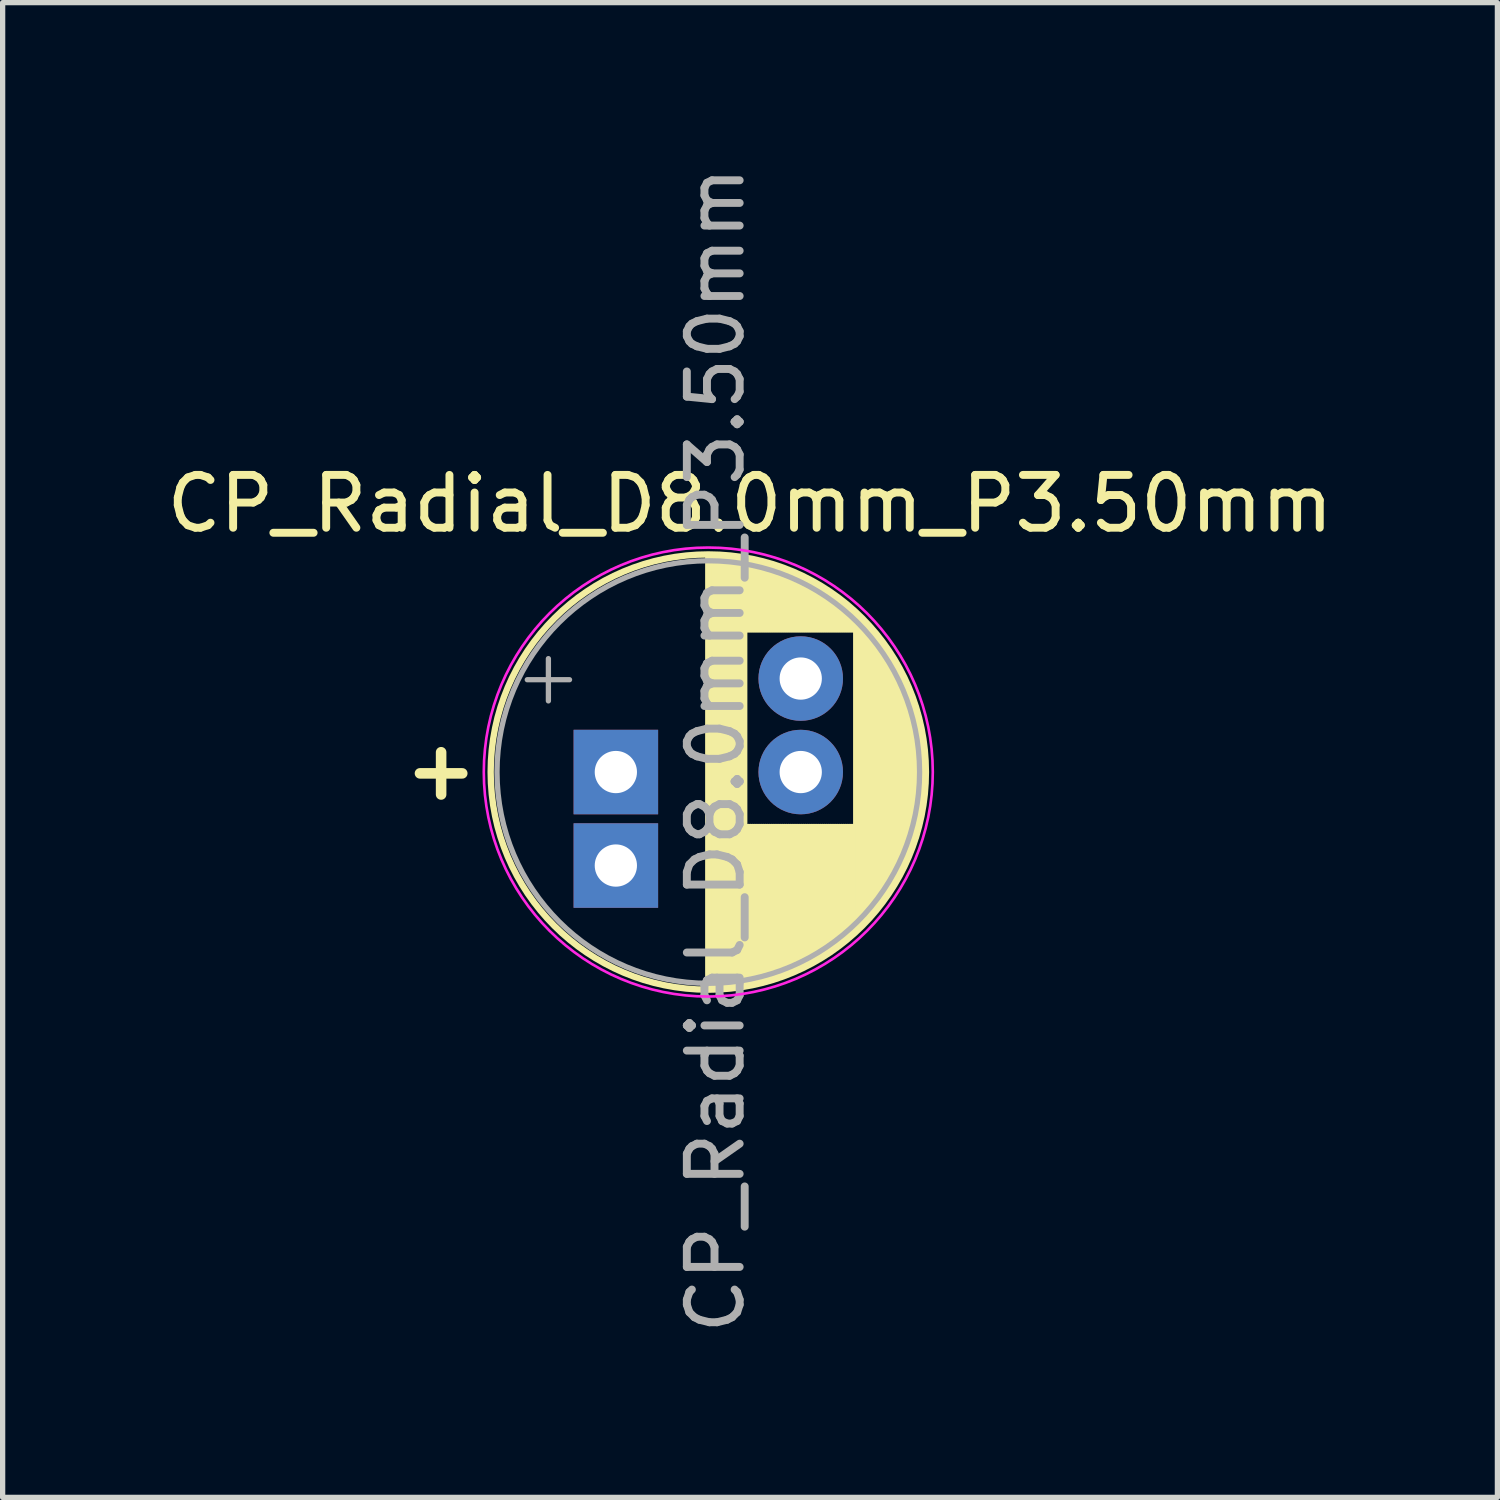
<source format=kicad_pcb>
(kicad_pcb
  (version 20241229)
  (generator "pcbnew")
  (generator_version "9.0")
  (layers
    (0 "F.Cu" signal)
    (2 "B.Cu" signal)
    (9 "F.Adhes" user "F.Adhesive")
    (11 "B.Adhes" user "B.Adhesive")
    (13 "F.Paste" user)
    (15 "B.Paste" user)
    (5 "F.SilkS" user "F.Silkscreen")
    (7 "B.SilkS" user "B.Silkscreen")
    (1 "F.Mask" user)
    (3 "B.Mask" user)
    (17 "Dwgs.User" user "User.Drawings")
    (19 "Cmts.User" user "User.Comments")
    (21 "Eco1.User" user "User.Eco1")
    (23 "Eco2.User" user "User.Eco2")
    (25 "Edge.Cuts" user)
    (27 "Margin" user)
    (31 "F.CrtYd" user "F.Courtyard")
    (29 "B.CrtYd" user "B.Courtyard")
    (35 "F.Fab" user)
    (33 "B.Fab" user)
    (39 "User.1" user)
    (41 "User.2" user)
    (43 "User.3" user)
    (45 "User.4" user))
  (footprint "CP_Radial_D8.0mm_P3.50mm"
    (layer "F.Cu")
    (at 8.609 11.566)
    (property "Reference" "CP_Radial_D8.0mm_P3.50mm" (at 2.54 -5.08 180) (layer "F.SilkS") (effects (font (size 1 1) (thickness 0.15))))
    (property "Value" "${VALUE}" (at 0 -5.08 90) (layer "F.Fab") (hide yes) (effects (font (size 1 1) (thickness 0.15))))
    (attr through_hole)
    (fp_line (start -3.708 0.025) (end -2.908 0.025) (stroke (width 0.2) (type solid)) (layer "F.SilkS"))
    (fp_line (start -3.308 -0.375) (end -3.308 0.425) (stroke (width 0.2) (type solid)) (layer "F.SilkS"))
    (fp_line (start 1.75 -4.08) (end 1.75 4.08) (stroke (width 0.12) (type solid)) (layer "F.SilkS"))
    (fp_line (start 1.79 -4.08) (end 1.79 4.08) (stroke (width 0.12) (type solid)) (layer "F.SilkS"))
    (fp_line (start 1.83 -4.08) (end 1.83 4.08) (stroke (width 0.12) (type solid)) (layer "F.SilkS"))
    (fp_line (start 1.87 -4.079) (end 1.87 4.079) (stroke (width 0.12) (type solid)) (layer "F.SilkS"))
    (fp_line (start 1.91 -4.077) (end 1.91 4.077) (stroke (width 0.12) (type solid)) (layer "F.SilkS"))
    (fp_line (start 1.95 -4.076) (end 1.95 4.076) (stroke (width 0.12) (type solid)) (layer "F.SilkS"))
    (fp_line (start 1.99 -4.074) (end 1.99 4.074) (stroke (width 0.12) (type solid)) (layer "F.SilkS"))
    (fp_line (start 2.03 -4.071) (end 2.03 4.071) (stroke (width 0.12) (type solid)) (layer "F.SilkS"))
    (fp_line (start 2.07 -4.068) (end 2.07 4.068) (stroke (width 0.12) (type solid)) (layer "F.SilkS"))
    (fp_line (start 2.11 -4.065) (end 2.11 4.065) (stroke (width 0.12) (type solid)) (layer "F.SilkS"))
    (fp_line (start 2.15 -4.061) (end 2.15 4.061) (stroke (width 0.12) (type solid)) (layer "F.SilkS"))
    (fp_line (start 2.19 -4.057) (end 2.19 4.057) (stroke (width 0.12) (type solid)) (layer "F.SilkS"))
    (fp_line (start 2.23 -4.052) (end 2.23 4.052) (stroke (width 0.12) (type solid)) (layer "F.SilkS"))
    (fp_line (start 2.27 -4.048) (end 2.27 4.048) (stroke (width 0.12) (type solid)) (layer "F.SilkS"))
    (fp_line (start 2.31 -4.042) (end 2.31 4.042) (stroke (width 0.12) (type solid)) (layer "F.SilkS"))
    (fp_line (start 2.35 -4.037) (end 2.35 4.037) (stroke (width 0.12) (type solid)) (layer "F.SilkS"))
    (fp_line (start 2.39 -4.03) (end 2.39 4.03) (stroke (width 0.12) (type solid)) (layer "F.SilkS"))
    (fp_line (start 2.43 -4.024) (end 2.43 4.024) (stroke (width 0.12) (type solid)) (layer "F.SilkS"))
    (fp_line (start 2.471 -4.017) (end 2.471 -2.7) (stroke (width 0.12) (type solid)) (layer "F.SilkS"))
    (fp_line (start 2.471 1.04) (end 2.471 4.017) (stroke (width 0.12) (type solid)) (layer "F.SilkS"))
    (fp_line (start 2.511 -4.01) (end 2.511 -2.7) (stroke (width 0.12) (type solid)) (layer "F.SilkS"))
    (fp_line (start 2.511 1.04) (end 2.511 4.01) (stroke (width 0.12) (type solid)) (layer "F.SilkS"))
    (fp_line (start 2.551 -4.002) (end 2.551 -2.7) (stroke (width 0.12) (type solid)) (layer "F.SilkS"))
    (fp_line (start 2.551 1.04) (end 2.551 4.002) (stroke (width 0.12) (type solid)) (layer "F.SilkS"))
    (fp_line (start 2.591 -3.994) (end 2.591 -2.7) (stroke (width 0.12) (type solid)) (layer "F.SilkS"))
    (fp_line (start 2.591 1.04) (end 2.591 3.994) (stroke (width 0.12) (type solid)) (layer "F.SilkS"))
    (fp_line (start 2.631 -3.985) (end 2.631 -2.7) (stroke (width 0.12) (type solid)) (layer "F.SilkS"))
    (fp_line (start 2.631 1.04) (end 2.631 3.985) (stroke (width 0.12) (type solid)) (layer "F.SilkS"))
    (fp_line (start 2.671 -3.976) (end 2.671 -2.7) (stroke (width 0.12) (type solid)) (layer "F.SilkS"))
    (fp_line (start 2.671 1.04) (end 2.671 3.976) (stroke (width 0.12) (type solid)) (layer "F.SilkS"))
    (fp_line (start 2.711 -3.967) (end 2.711 -2.7) (stroke (width 0.12) (type solid)) (layer "F.SilkS"))
    (fp_line (start 2.711 1.04) (end 2.711 3.967) (stroke (width 0.12) (type solid)) (layer "F.SilkS"))
    (fp_line (start 2.751 -3.957) (end 2.751 -2.7) (stroke (width 0.12) (type solid)) (layer "F.SilkS"))
    (fp_line (start 2.751 1.04) (end 2.751 3.957) (stroke (width 0.12) (type solid)) (layer "F.SilkS"))
    (fp_line (start 2.791 -3.947) (end 2.791 -2.7) (stroke (width 0.12) (type solid)) (layer "F.SilkS"))
    (fp_line (start 2.791 1.04) (end 2.791 3.947) (stroke (width 0.12) (type solid)) (layer "F.SilkS"))
    (fp_line (start 2.831 -3.936) (end 2.831 -2.7) (stroke (width 0.12) (type solid)) (layer "F.SilkS"))
    (fp_line (start 2.831 1.04) (end 2.831 3.936) (stroke (width 0.12) (type solid)) (layer "F.SilkS"))
    (fp_line (start 2.871 -3.925) (end 2.871 -2.7) (stroke (width 0.12) (type solid)) (layer "F.SilkS"))
    (fp_line (start 2.871 1.04) (end 2.871 3.925) (stroke (width 0.12) (type solid)) (layer "F.SilkS"))
    (fp_line (start 2.911 -3.914) (end 2.911 -2.7) (stroke (width 0.12) (type solid)) (layer "F.SilkS"))
    (fp_line (start 2.911 1.04) (end 2.911 3.914) (stroke (width 0.12) (type solid)) (layer "F.SilkS"))
    (fp_line (start 2.951 -3.902) (end 2.951 -2.7) (stroke (width 0.12) (type solid)) (layer "F.SilkS"))
    (fp_line (start 2.951 1.04) (end 2.951 3.902) (stroke (width 0.12) (type solid)) (layer "F.SilkS"))
    (fp_line (start 2.991 -3.889) (end 2.991 -2.7) (stroke (width 0.12) (type solid)) (layer "F.SilkS"))
    (fp_line (start 2.991 1.04) (end 2.991 3.889) (stroke (width 0.12) (type solid)) (layer "F.SilkS"))
    (fp_line (start 3.031 -3.877) (end 3.031 -2.7) (stroke (width 0.12) (type solid)) (layer "F.SilkS"))
    (fp_line (start 3.031 1.04) (end 3.031 3.877) (stroke (width 0.12) (type solid)) (layer "F.SilkS"))
    (fp_line (start 3.071 -3.863) (end 3.071 -2.7) (stroke (width 0.12) (type solid)) (layer "F.SilkS"))
    (fp_line (start 3.071 1.04) (end 3.071 3.863) (stroke (width 0.12) (type solid)) (layer "F.SilkS"))
    (fp_line (start 3.111 -3.85) (end 3.111 -2.7) (stroke (width 0.12) (type solid)) (layer "F.SilkS"))
    (fp_line (start 3.111 1.04) (end 3.111 3.85) (stroke (width 0.12) (type solid)) (layer "F.SilkS"))
    (fp_line (start 3.151 -3.835) (end 3.151 -2.7) (stroke (width 0.12) (type solid)) (layer "F.SilkS"))
    (fp_line (start 3.151 1.04) (end 3.151 3.835) (stroke (width 0.12) (type solid)) (layer "F.SilkS"))
    (fp_line (start 3.191 -3.821) (end 3.191 -2.7) (stroke (width 0.12) (type solid)) (layer "F.SilkS"))
    (fp_line (start 3.191 1.04) (end 3.191 3.821) (stroke (width 0.12) (type solid)) (layer "F.SilkS"))
    (fp_line (start 3.231 -3.805) (end 3.231 -2.7) (stroke (width 0.12) (type solid)) (layer "F.SilkS"))
    (fp_line (start 3.231 1.04) (end 3.231 3.805) (stroke (width 0.12) (type solid)) (layer "F.SilkS"))
    (fp_line (start 3.271 -3.79) (end 3.271 -2.7) (stroke (width 0.12) (type solid)) (layer "F.SilkS"))
    (fp_line (start 3.271 1.04) (end 3.271 3.79) (stroke (width 0.12) (type solid)) (layer "F.SilkS"))
    (fp_line (start 3.311 -3.774) (end 3.311 -2.7) (stroke (width 0.12) (type solid)) (layer "F.SilkS"))
    (fp_line (start 3.311 1.04) (end 3.311 3.774) (stroke (width 0.12) (type solid)) (layer "F.SilkS"))
    (fp_line (start 3.351 -3.757) (end 3.351 -2.7) (stroke (width 0.12) (type solid)) (layer "F.SilkS"))
    (fp_line (start 3.351 1.04) (end 3.351 3.757) (stroke (width 0.12) (type solid)) (layer "F.SilkS"))
    (fp_line (start 3.391 -3.74) (end 3.391 -2.7) (stroke (width 0.12) (type solid)) (layer "F.SilkS"))
    (fp_line (start 3.391 1.04) (end 3.391 3.74) (stroke (width 0.12) (type solid)) (layer "F.SilkS"))
    (fp_line (start 3.431 -3.722) (end 3.431 -2.7) (stroke (width 0.12) (type solid)) (layer "F.SilkS"))
    (fp_line (start 3.431 1.04) (end 3.431 3.722) (stroke (width 0.12) (type solid)) (layer "F.SilkS"))
    (fp_line (start 3.471 -3.704) (end 3.471 -2.7) (stroke (width 0.12) (type solid)) (layer "F.SilkS"))
    (fp_line (start 3.471 1.04) (end 3.471 3.704) (stroke (width 0.12) (type solid)) (layer "F.SilkS"))
    (fp_line (start 3.511 -3.686) (end 3.511 -2.7) (stroke (width 0.12) (type solid)) (layer "F.SilkS"))
    (fp_line (start 3.511 1.04) (end 3.511 3.686) (stroke (width 0.12) (type solid)) (layer "F.SilkS"))
    (fp_line (start 3.551 -3.666) (end 3.551 -2.7) (stroke (width 0.12) (type solid)) (layer "F.SilkS"))
    (fp_line (start 3.551 1.04) (end 3.551 3.666) (stroke (width 0.12) (type solid)) (layer "F.SilkS"))
    (fp_line (start 3.591 -3.647) (end 3.591 -2.7) (stroke (width 0.12) (type solid)) (layer "F.SilkS"))
    (fp_line (start 3.591 1.04) (end 3.591 3.647) (stroke (width 0.12) (type solid)) (layer "F.SilkS"))
    (fp_line (start 3.631 -3.627) (end 3.631 -2.7) (stroke (width 0.12) (type solid)) (layer "F.SilkS"))
    (fp_line (start 3.631 1.04) (end 3.631 3.627) (stroke (width 0.12) (type solid)) (layer "F.SilkS"))
    (fp_line (start 3.671 -3.606) (end 3.671 -2.7) (stroke (width 0.12) (type solid)) (layer "F.SilkS"))
    (fp_line (start 3.671 1.04) (end 3.671 3.606) (stroke (width 0.12) (type solid)) (layer "F.SilkS"))
    (fp_line (start 3.711 -3.584) (end 3.711 -2.7) (stroke (width 0.12) (type solid)) (layer "F.SilkS"))
    (fp_line (start 3.711 1.04) (end 3.711 3.584) (stroke (width 0.12) (type solid)) (layer "F.SilkS"))
    (fp_line (start 3.751 -3.562) (end 3.751 -2.7) (stroke (width 0.12) (type solid)) (layer "F.SilkS"))
    (fp_line (start 3.751 1.04) (end 3.751 3.562) (stroke (width 0.12) (type solid)) (layer "F.SilkS"))
    (fp_line (start 3.791 -3.54) (end 3.791 -2.7) (stroke (width 0.12) (type solid)) (layer "F.SilkS"))
    (fp_line (start 3.791 1.04) (end 3.791 3.54) (stroke (width 0.12) (type solid)) (layer "F.SilkS"))
    (fp_line (start 3.831 -3.517) (end 3.831 -2.7) (stroke (width 0.12) (type solid)) (layer "F.SilkS"))
    (fp_line (start 3.831 1.04) (end 3.831 3.517) (stroke (width 0.12) (type solid)) (layer "F.SilkS"))
    (fp_line (start 3.871 -3.493) (end 3.871 -2.7) (stroke (width 0.12) (type solid)) (layer "F.SilkS"))
    (fp_line (start 3.871 1.04) (end 3.871 3.493) (stroke (width 0.12) (type solid)) (layer "F.SilkS"))
    (fp_line (start 3.911 -3.469) (end 3.911 -2.7) (stroke (width 0.12) (type solid)) (layer "F.SilkS"))
    (fp_line (start 3.911 1.04) (end 3.911 3.469) (stroke (width 0.12) (type solid)) (layer "F.SilkS"))
    (fp_line (start 3.951 -3.444) (end 3.951 -2.7) (stroke (width 0.12) (type solid)) (layer "F.SilkS"))
    (fp_line (start 3.951 1.04) (end 3.951 3.444) (stroke (width 0.12) (type solid)) (layer "F.SilkS"))
    (fp_line (start 3.991 -3.418) (end 3.991 -2.7) (stroke (width 0.12) (type solid)) (layer "F.SilkS"))
    (fp_line (start 3.991 1.04) (end 3.991 3.418) (stroke (width 0.12) (type solid)) (layer "F.SilkS"))
    (fp_line (start 4.031 -3.392) (end 4.031 -2.7) (stroke (width 0.12) (type solid)) (layer "F.SilkS"))
    (fp_line (start 4.031 1.04) (end 4.031 3.392) (stroke (width 0.12) (type solid)) (layer "F.SilkS"))
    (fp_line (start 4.071 -3.365) (end 4.071 -2.7) (stroke (width 0.12) (type solid)) (layer "F.SilkS"))
    (fp_line (start 4.071 1.04) (end 4.071 3.365) (stroke (width 0.12) (type solid)) (layer "F.SilkS"))
    (fp_line (start 4.111 -3.338) (end 4.111 -2.7) (stroke (width 0.12) (type solid)) (layer "F.SilkS"))
    (fp_line (start 4.111 1.04) (end 4.111 3.338) (stroke (width 0.12) (type solid)) (layer "F.SilkS"))
    (fp_line (start 4.151 -3.309) (end 4.151 -2.7) (stroke (width 0.12) (type solid)) (layer "F.SilkS"))
    (fp_line (start 4.151 1.04) (end 4.151 3.309) (stroke (width 0.12) (type solid)) (layer "F.SilkS"))
    (fp_line (start 4.191 -3.28) (end 4.191 -2.7) (stroke (width 0.12) (type solid)) (layer "F.SilkS"))
    (fp_line (start 4.191 1.04) (end 4.191 3.28) (stroke (width 0.12) (type solid)) (layer "F.SilkS"))
    (fp_line (start 4.231 -3.25) (end 4.231 -2.7) (stroke (width 0.12) (type solid)) (layer "F.SilkS"))
    (fp_line (start 4.231 1.04) (end 4.231 3.25) (stroke (width 0.12) (type solid)) (layer "F.SilkS"))
    (fp_line (start 4.271 -3.22) (end 4.271 -2.7) (stroke (width 0.12) (type solid)) (layer "F.SilkS"))
    (fp_line (start 4.271 1.04) (end 4.271 3.22) (stroke (width 0.12) (type solid)) (layer "F.SilkS"))
    (fp_line (start 4.311 -3.189) (end 4.311 -2.7) (stroke (width 0.12) (type solid)) (layer "F.SilkS"))
    (fp_line (start 4.311 1.04) (end 4.311 3.189) (stroke (width 0.12) (type solid)) (layer "F.SilkS"))
    (fp_line (start 4.351 -3.156) (end 4.351 -2.7) (stroke (width 0.12) (type solid)) (layer "F.SilkS"))
    (fp_line (start 4.351 1.04) (end 4.351 3.156) (stroke (width 0.12) (type solid)) (layer "F.SilkS"))
    (fp_line (start 4.391 -3.124) (end 4.391 -2.7) (stroke (width 0.12) (type solid)) (layer "F.SilkS"))
    (fp_line (start 4.391 1.04) (end 4.391 3.124) (stroke (width 0.12) (type solid)) (layer "F.SilkS"))
    (fp_line (start 4.431 -3.09) (end 4.431 -2.7) (stroke (width 0.12) (type solid)) (layer "F.SilkS"))
    (fp_line (start 4.431 1.04) (end 4.431 3.09) (stroke (width 0.12) (type solid)) (layer "F.SilkS"))
    (fp_line (start 4.471 -3.055) (end 4.471 -2.7) (stroke (width 0.12) (type solid)) (layer "F.SilkS"))
    (fp_line (start 4.471 1.04) (end 4.471 3.055) (stroke (width 0.12) (type solid)) (layer "F.SilkS"))
    (fp_line (start 4.511 -3.019) (end 4.511 -2.7) (stroke (width 0.12) (type solid)) (layer "F.SilkS"))
    (fp_line (start 4.511 1.04) (end 4.511 3.019) (stroke (width 0.12) (type solid)) (layer "F.SilkS"))
    (fp_line (start 4.551 -2.983) (end 4.551 2.983) (stroke (width 0.12) (type solid)) (layer "F.SilkS"))
    (fp_line (start 4.591 -2.945) (end 4.591 2.945) (stroke (width 0.12) (type solid)) (layer "F.SilkS"))
    (fp_line (start 4.631 -2.907) (end 4.631 2.907) (stroke (width 0.12) (type solid)) (layer "F.SilkS"))
    (fp_line (start 4.671 -2.867) (end 4.671 2.867) (stroke (width 0.12) (type solid)) (layer "F.SilkS"))
    (fp_line (start 4.711 -2.826) (end 4.711 2.826) (stroke (width 0.12) (type solid)) (layer "F.SilkS"))
    (fp_line (start 4.751 -2.784) (end 4.751 2.784) (stroke (width 0.12) (type solid)) (layer "F.SilkS"))
    (fp_line (start 4.791 -2.741) (end 4.791 2.741) (stroke (width 0.12) (type solid)) (layer "F.SilkS"))
    (fp_line (start 4.831 -2.697) (end 4.831 2.697) (stroke (width 0.12) (type solid)) (layer "F.SilkS"))
    (fp_line (start 4.871 -2.651) (end 4.871 2.651) (stroke (width 0.12) (type solid)) (layer "F.SilkS"))
    (fp_line (start 4.911 -2.604) (end 4.911 2.604) (stroke (width 0.12) (type solid)) (layer "F.SilkS"))
    (fp_line (start 4.951 -2.556) (end 4.951 2.556) (stroke (width 0.12) (type solid)) (layer "F.SilkS"))
    (fp_line (start 4.991 -2.505) (end 4.991 2.505) (stroke (width 0.12) (type solid)) (layer "F.SilkS"))
    (fp_line (start 5.031 -2.454) (end 5.031 2.454) (stroke (width 0.12) (type solid)) (layer "F.SilkS"))
    (fp_line (start 5.071 -2.4) (end 5.071 2.4) (stroke (width 0.12) (type solid)) (layer "F.SilkS"))
    (fp_line (start 5.111 -2.345) (end 5.111 2.345) (stroke (width 0.12) (type solid)) (layer "F.SilkS"))
    (fp_line (start 5.151 -2.287) (end 5.151 2.287) (stroke (width 0.12) (type solid)) (layer "F.SilkS"))
    (fp_line (start 5.191 -2.228) (end 5.191 2.228) (stroke (width 0.12) (type solid)) (layer "F.SilkS"))
    (fp_line (start 5.231 -2.166) (end 5.231 2.166) (stroke (width 0.12) (type solid)) (layer "F.SilkS"))
    (fp_line (start 5.271 -2.102) (end 5.271 2.102) (stroke (width 0.12) (type solid)) (layer "F.SilkS"))
    (fp_line (start 5.311 -2.034) (end 5.311 2.034) (stroke (width 0.12) (type solid)) (layer "F.SilkS"))
    (fp_line (start 5.351 -1.964) (end 5.351 1.964) (stroke (width 0.12) (type solid)) (layer "F.SilkS"))
    (fp_line (start 5.391 -1.89) (end 5.391 1.89) (stroke (width 0.12) (type solid)) (layer "F.SilkS"))
    (fp_line (start 5.431 -1.813) (end 5.431 1.813) (stroke (width 0.12) (type solid)) (layer "F.SilkS"))
    (fp_line (start 5.471 -1.731) (end 5.471 1.731) (stroke (width 0.12) (type solid)) (layer "F.SilkS"))
    (fp_line (start 5.511 -1.645) (end 5.511 1.645) (stroke (width 0.12) (type solid)) (layer "F.SilkS"))
    (fp_line (start 5.551 -1.552) (end 5.551 1.552) (stroke (width 0.12) (type solid)) (layer "F.SilkS"))
    (fp_line (start 5.591 -1.453) (end 5.591 1.453) (stroke (width 0.12) (type solid)) (layer "F.SilkS"))
    (fp_line (start 5.631 -1.346) (end 5.631 1.346) (stroke (width 0.12) (type solid)) (layer "F.SilkS"))
    (fp_line (start 5.671 -1.229) (end 5.671 1.229) (stroke (width 0.12) (type solid)) (layer "F.SilkS"))
    (fp_line (start 5.711 -1.098) (end 5.711 1.098) (stroke (width 0.12) (type solid)) (layer "F.SilkS"))
    (fp_line (start 5.751 -0.948) (end 5.751 0.948) (stroke (width 0.12) (type solid)) (layer "F.SilkS"))
    (fp_line (start 5.791 -0.768) (end 5.791 0.768) (stroke (width 0.12) (type solid)) (layer "F.SilkS"))
    (fp_line (start 5.831 -0.533) (end 5.831 0.533) (stroke (width 0.12) (type solid)) (layer "F.SilkS"))
    (fp_circle (center 1.75 0) (end 5.87 0) (stroke (width 0.12) (type solid)) (fill no) (layer "F.SilkS"))
    (fp_circle (center 1.75 0) (end 6 0) (stroke (width 0.05) (type solid)) (fill no) (layer "F.CrtYd"))
    (fp_line (start -1.677 -1.748) (end -0.877 -1.748) (stroke (width 0.1) (type solid)) (layer "F.Fab"))
    (fp_line (start -1.277 -2.147) (end -1.277 -1.347) (stroke (width 0.1) (type solid)) (layer "F.Fab"))
    (fp_circle (center 1.75 0) (end 5.75 0) (stroke (width 0.1) (type solid)) (fill no) (layer "F.Fab"))
    (fp_text user "${REFERENCE}" (at 1.889 -0.417 90) (layer "F.Fab") (effects (font (size 1 1) (thickness 0.15))))
    (pad "1" thru_hole rect (at 0 0) (size 1.6 1.6) (drill 0.8) (layers "*.Cu" "*.Mask"))
    (pad "1" thru_hole rect (at 0 1.77) (size 1.6 1.6) (drill 0.8) (layers "*.Cu" "*.Mask"))
    (pad "2" thru_hole circle (at 3.5 -1.77) (size 1.6 1.6) (drill 0.8) (layers "*.Cu" "*.Mask"))
    (pad "2" thru_hole circle (at 3.5 0) (size 1.6 1.6) (drill 0.8) (layers "*.Cu" "*.Mask")))
  (gr_rect
    (start -3 -3)
    (end 25.298 25.298)
    (stroke (width 0.1) (type default))
    (fill no)
    (layer "Edge.Cuts")))
</source>
